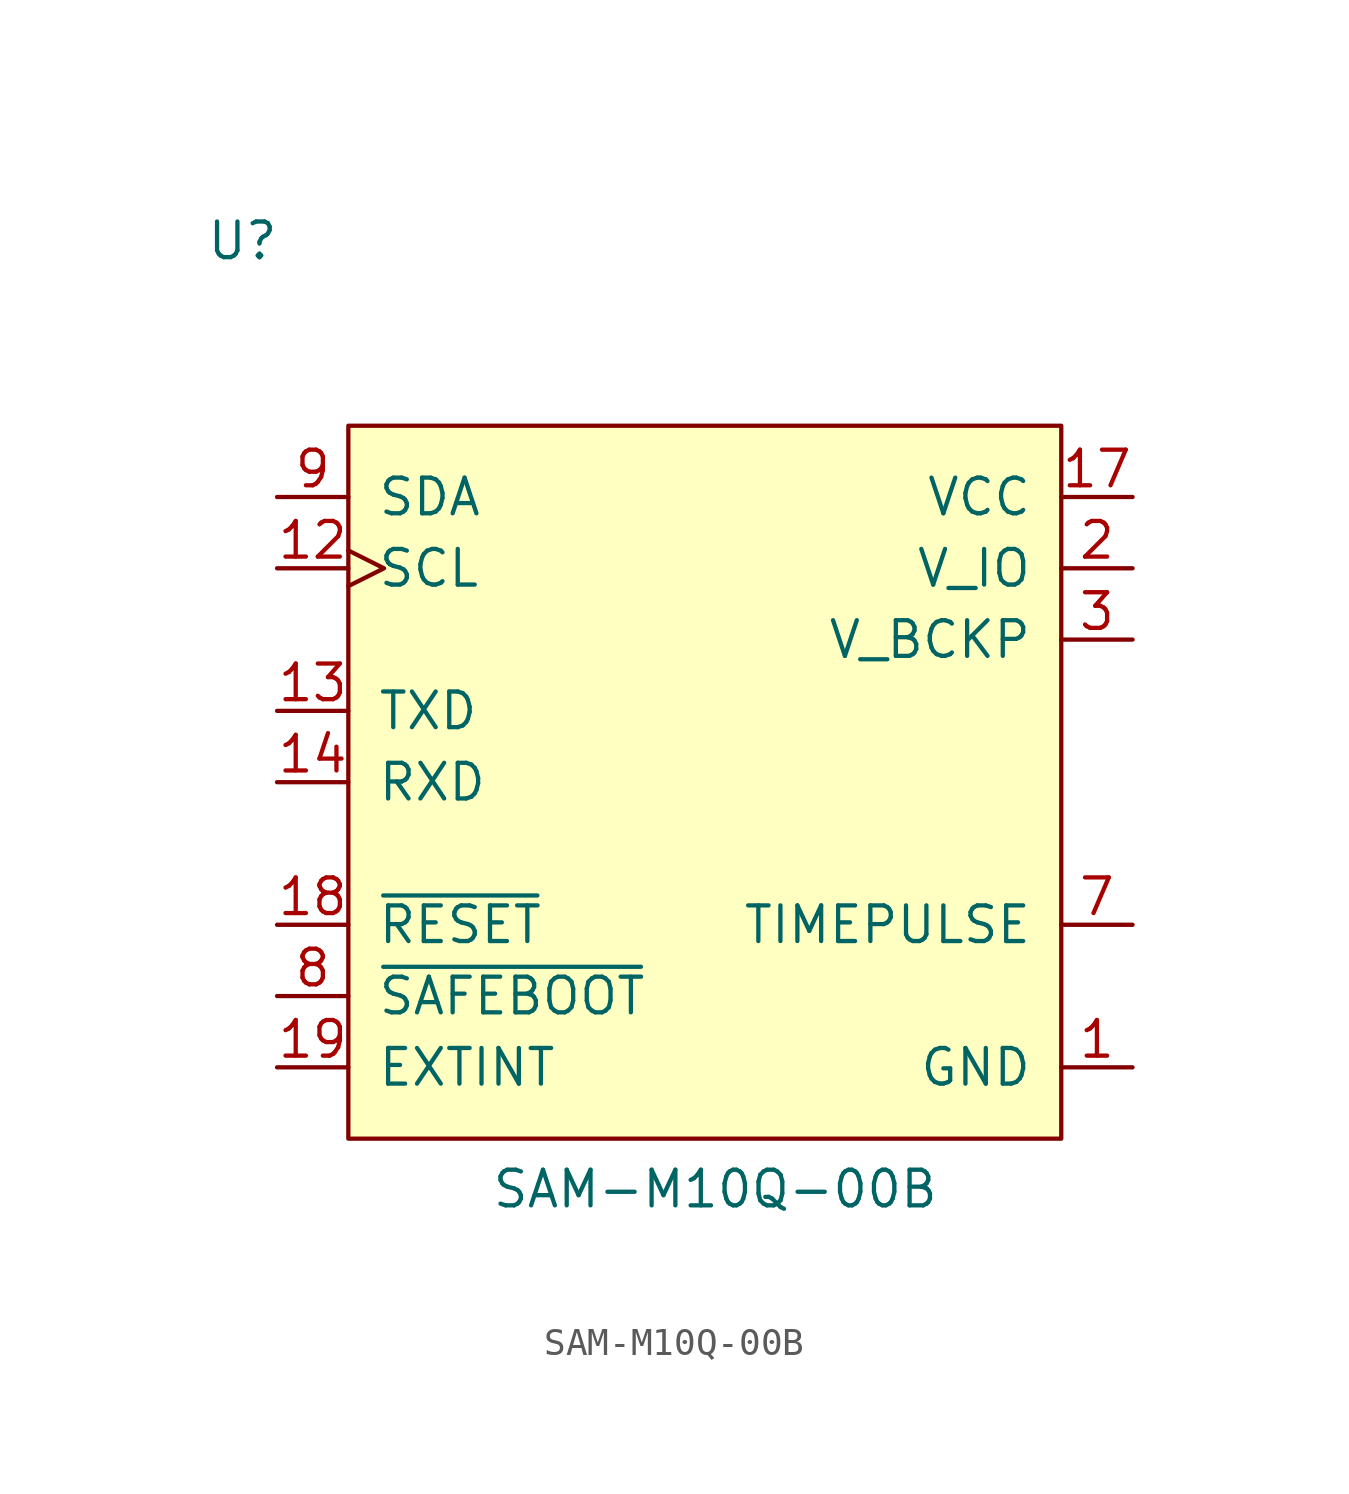
<source format=kicad_sym>
(kicad_symbol_lib
  (version 20220914)
  (generator kicad_symbol_editor)
  (symbol "SAM-M10Q-00B"
    (pin_names
      (offset 1.016))
    (property "Reference" "U"
      (at -17.78 18.542 0)
      (effects (font (size 1.27 1.27)) (justify left bottom)))
    (property "Value" "SAM-M10Q-00B"
      (at -7.62 -15.24 0)
      (effects (font (size 1.27 1.27)) (justify left bottom)))
    (symbol "SAM-M10Q-00B_1_0"
      (rectangle (start -12.7 12.7) (end 12.7 -12.7) (stroke (width 0) (type default)) (fill (type background)))
      (pin power_in line (at 15.24 -10.16 180) (length 2.54) (name "GND" (effects (font (size 1.27 1.27)))) (number "1" (effects (font (size 1.27 1.27)))))
      (pin power_in line (at 15.24 -10.16 180) (length 2.54) hide (name "GND" (effects (font (size 1.27 1.27)))) (number "10" (effects (font (size 1.27 1.27)))))
      (pin power_in line (at 15.24 -10.16 180) (length 2.54) hide (name "GND" (effects (font (size 1.27 1.27)))) (number "11" (effects (font (size 1.27 1.27)))))
      (pin input clock (at -15.24 7.62 0) (length 2.54) (name "SCL" (effects (font (size 1.27 1.27)))) (number "12" (effects (font (size 1.27 1.27)))))
      (pin output line (at -15.24 2.54 0) (length 2.54) (name "TXD" (effects (font (size 1.27 1.27)))) (number "13" (effects (font (size 1.27 1.27)))))
      (pin input line (at -15.24 0 0) (length 2.54) (name "RXD" (effects (font (size 1.27 1.27)))) (number "14" (effects (font (size 1.27 1.27)))))
      (pin power_in line (at 15.24 -10.16 180) (length 2.54) hide (name "GND" (effects (font (size 1.27 1.27)))) (number "15" (effects (font (size 1.27 1.27)))))
      (pin power_in line (at 15.24 -10.16 180) (length 2.54) hide (name "GND" (effects (font (size 1.27 1.27)))) (number "16" (effects (font (size 1.27 1.27)))))
      (pin power_in line (at 15.24 10.16 180) (length 2.54) (name "VCC" (effects (font (size 1.27 1.27)))) (number "17" (effects (font (size 1.27 1.27)))))
      (pin input line (at -15.24 -5.08 0) (length 2.54) (name "~{RESET}" (effects (font (size 1.27 1.27)))) (number "18" (effects (font (size 1.27 1.27)))))
      (pin input line (at -15.24 -10.16 0) (length 2.54) (name "EXTINT" (effects (font (size 1.27 1.27)))) (number "19" (effects (font (size 1.27 1.27)))))
      (pin power_in line (at 15.24 7.62 180) (length 2.54) (name "V_IO" (effects (font (size 1.27 1.27)))) (number "2" (effects (font (size 1.27 1.27)))))
      (pin power_in line (at 15.24 -10.16 180) (length 2.54) hide (name "GND" (effects (font (size 1.27 1.27)))) (number "20" (effects (font (size 1.27 1.27)))))
      (pin power_in line (at 15.24 5.08 180) (length 2.54) (name "V_BCKP" (effects (font (size 1.27 1.27)))) (number "3" (effects (font (size 1.27 1.27)))))
      (pin power_in line (at 15.24 -10.16 180) (length 2.54) hide (name "GND" (effects (font (size 1.27 1.27)))) (number "4" (effects (font (size 1.27 1.27)))))
      (pin power_in line (at 15.24 -10.16 180) (length 2.54) hide (name "GND" (effects (font (size 1.27 1.27)))) (number "5" (effects (font (size 1.27 1.27)))))
      (pin power_in line (at 15.24 -10.16 180) (length 2.54) hide (name "GND" (effects (font (size 1.27 1.27)))) (number "6" (effects (font (size 1.27 1.27)))))
      (pin output line (at 15.24 -5.08 180) (length 2.54) (name "TIMEPULSE" (effects (font (size 1.27 1.27)))) (number "7" (effects (font (size 1.27 1.27)))))
      (pin input line (at -15.24 -7.62 0) (length 2.54) (name "~{SAFEBOOT}" (effects (font (size 1.27 1.27)))) (number "8" (effects (font (size 1.27 1.27)))))
      (pin bidirectional line (at -15.24 10.16 0) (length 2.54) (name "SDA" (effects (font (size 1.27 1.27)))) (number "9" (effects (font (size 1.27 1.27))))))))
</source>
